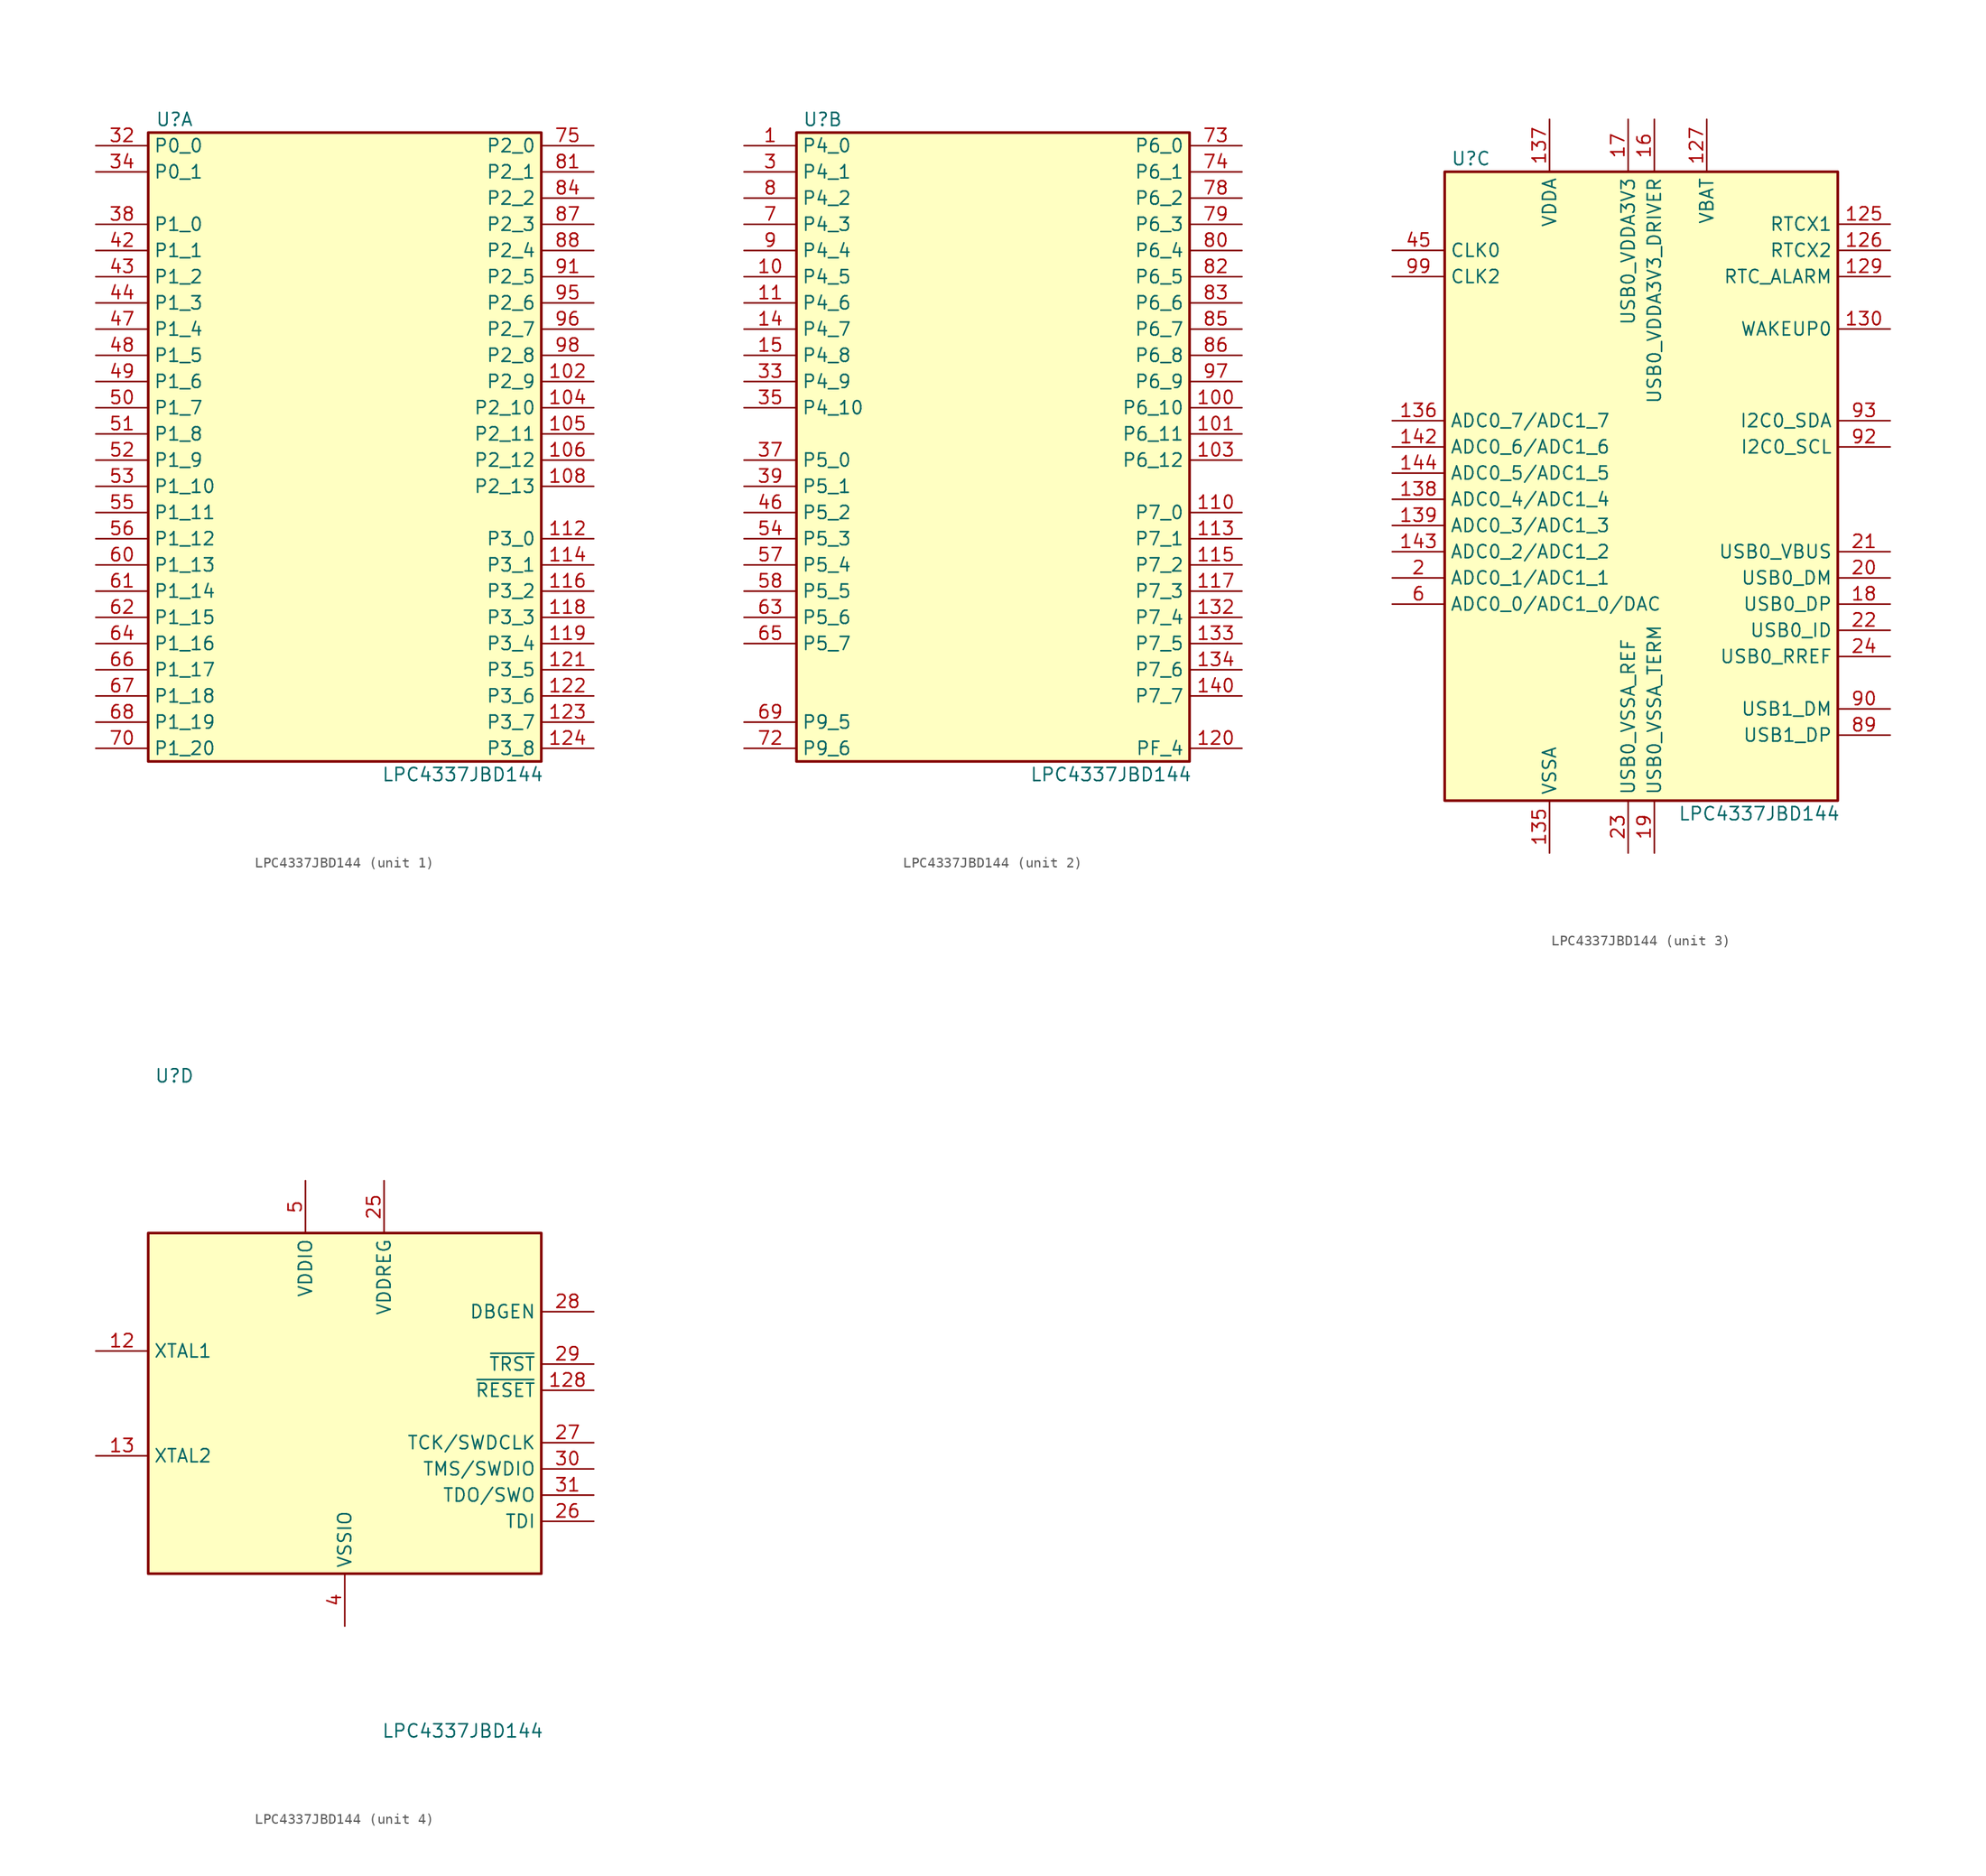
<source format=kicad_sym>
(kicad_symbol_lib
  (version 20220914)
  (generator kicad_symbol_editor)
  (symbol "LPC4337JBD144"
    (property "Reference" "U"
      (at -16.51 31.75 0)
      (effects (font (size 1.27 1.27))))
    (property "Value" "LPC4337JBD144"
      (at 11.43 -31.75 0)
      (effects (font (size 1.27 1.27))))
    (property "ki_locked" ""
      (at 0 0 0)
      (effects (font (size 1.27 1.27))))
    (symbol "LPC4337JBD144_1_1"
      (rectangle (start -19.05 30.48) (end 19.05 -30.48) (stroke (width 0.254) (type default)) (fill (type background)))
      (pin bidirectional line (at 24.13 6.35 180) (length 5.08) (name "P2_9" (effects (font (size 1.27 1.27)))) (number "102" (effects (font (size 1.27 1.27)))))
      (pin bidirectional line (at 24.13 3.81 180) (length 5.08) (name "P2_10" (effects (font (size 1.27 1.27)))) (number "104" (effects (font (size 1.27 1.27)))))
      (pin bidirectional line (at 24.13 1.27 180) (length 5.08) (name "P2_11" (effects (font (size 1.27 1.27)))) (number "105" (effects (font (size 1.27 1.27)))))
      (pin bidirectional line (at 24.13 -1.27 180) (length 5.08) (name "P2_12" (effects (font (size 1.27 1.27)))) (number "106" (effects (font (size 1.27 1.27)))))
      (pin bidirectional line (at 24.13 -3.81 180) (length 5.08) (name "P2_13" (effects (font (size 1.27 1.27)))) (number "108" (effects (font (size 1.27 1.27)))))
      (pin bidirectional line (at 24.13 -8.89 180) (length 5.08) (name "P3_0" (effects (font (size 1.27 1.27)))) (number "112" (effects (font (size 1.27 1.27)))))
      (pin bidirectional line (at 24.13 -11.43 180) (length 5.08) (name "P3_1" (effects (font (size 1.27 1.27)))) (number "114" (effects (font (size 1.27 1.27)))))
      (pin bidirectional line (at 24.13 -13.97 180) (length 5.08) (name "P3_2" (effects (font (size 1.27 1.27)))) (number "116" (effects (font (size 1.27 1.27)))))
      (pin bidirectional line (at 24.13 -16.51 180) (length 5.08) (name "P3_3" (effects (font (size 1.27 1.27)))) (number "118" (effects (font (size 1.27 1.27)))))
      (pin bidirectional line (at 24.13 -19.05 180) (length 5.08) (name "P3_4" (effects (font (size 1.27 1.27)))) (number "119" (effects (font (size 1.27 1.27)))))
      (pin bidirectional line (at 24.13 -21.59 180) (length 5.08) (name "P3_5" (effects (font (size 1.27 1.27)))) (number "121" (effects (font (size 1.27 1.27)))))
      (pin bidirectional line (at 24.13 -24.13 180) (length 5.08) (name "P3_6" (effects (font (size 1.27 1.27)))) (number "122" (effects (font (size 1.27 1.27)))))
      (pin bidirectional line (at 24.13 -26.67 180) (length 5.08) (name "P3_7" (effects (font (size 1.27 1.27)))) (number "123" (effects (font (size 1.27 1.27)))))
      (pin bidirectional line (at 24.13 -29.21 180) (length 5.08) (name "P3_8" (effects (font (size 1.27 1.27)))) (number "124" (effects (font (size 1.27 1.27)))))
      (pin bidirectional line (at -24.13 29.21 0) (length 5.08) (name "P0_0" (effects (font (size 1.27 1.27)))) (number "32" (effects (font (size 1.27 1.27)))))
      (pin bidirectional line (at -24.13 26.67 0) (length 5.08) (name "P0_1" (effects (font (size 1.27 1.27)))) (number "34" (effects (font (size 1.27 1.27)))))
      (pin bidirectional line (at -24.13 21.59 0) (length 5.08) (name "P1_0" (effects (font (size 1.27 1.27)))) (number "38" (effects (font (size 1.27 1.27)))))
      (pin bidirectional line (at -24.13 19.05 0) (length 5.08) (name "P1_1" (effects (font (size 1.27 1.27)))) (number "42" (effects (font (size 1.27 1.27)))))
      (pin bidirectional line (at -24.13 16.51 0) (length 5.08) (name "P1_2" (effects (font (size 1.27 1.27)))) (number "43" (effects (font (size 1.27 1.27)))))
      (pin bidirectional line (at -24.13 13.97 0) (length 5.08) (name "P1_3" (effects (font (size 1.27 1.27)))) (number "44" (effects (font (size 1.27 1.27)))))
      (pin bidirectional line (at -24.13 11.43 0) (length 5.08) (name "P1_4" (effects (font (size 1.27 1.27)))) (number "47" (effects (font (size 1.27 1.27)))))
      (pin bidirectional line (at -24.13 8.89 0) (length 5.08) (name "P1_5" (effects (font (size 1.27 1.27)))) (number "48" (effects (font (size 1.27 1.27)))))
      (pin bidirectional line (at -24.13 6.35 0) (length 5.08) (name "P1_6" (effects (font (size 1.27 1.27)))) (number "49" (effects (font (size 1.27 1.27)))))
      (pin bidirectional line (at -24.13 3.81 0) (length 5.08) (name "P1_7" (effects (font (size 1.27 1.27)))) (number "50" (effects (font (size 1.27 1.27)))))
      (pin bidirectional line (at -24.13 1.27 0) (length 5.08) (name "P1_8" (effects (font (size 1.27 1.27)))) (number "51" (effects (font (size 1.27 1.27)))))
      (pin bidirectional line (at -24.13 -1.27 0) (length 5.08) (name "P1_9" (effects (font (size 1.27 1.27)))) (number "52" (effects (font (size 1.27 1.27)))))
      (pin bidirectional line (at -24.13 -3.81 0) (length 5.08) (name "P1_10" (effects (font (size 1.27 1.27)))) (number "53" (effects (font (size 1.27 1.27)))))
      (pin bidirectional line (at -24.13 -6.35 0) (length 5.08) (name "P1_11" (effects (font (size 1.27 1.27)))) (number "55" (effects (font (size 1.27 1.27)))))
      (pin bidirectional line (at -24.13 -8.89 0) (length 5.08) (name "P1_12" (effects (font (size 1.27 1.27)))) (number "56" (effects (font (size 1.27 1.27)))))
      (pin bidirectional line (at -24.13 -11.43 0) (length 5.08) (name "P1_13" (effects (font (size 1.27 1.27)))) (number "60" (effects (font (size 1.27 1.27)))))
      (pin bidirectional line (at -24.13 -13.97 0) (length 5.08) (name "P1_14" (effects (font (size 1.27 1.27)))) (number "61" (effects (font (size 1.27 1.27)))))
      (pin bidirectional line (at -24.13 -16.51 0) (length 5.08) (name "P1_15" (effects (font (size 1.27 1.27)))) (number "62" (effects (font (size 1.27 1.27)))))
      (pin bidirectional line (at -24.13 -19.05 0) (length 5.08) (name "P1_16" (effects (font (size 1.27 1.27)))) (number "64" (effects (font (size 1.27 1.27)))))
      (pin bidirectional line (at -24.13 -21.59 0) (length 5.08) (name "P1_17" (effects (font (size 1.27 1.27)))) (number "66" (effects (font (size 1.27 1.27)))))
      (pin bidirectional line (at -24.13 -24.13 0) (length 5.08) (name "P1_18" (effects (font (size 1.27 1.27)))) (number "67" (effects (font (size 1.27 1.27)))))
      (pin bidirectional line (at -24.13 -26.67 0) (length 5.08) (name "P1_19" (effects (font (size 1.27 1.27)))) (number "68" (effects (font (size 1.27 1.27)))))
      (pin bidirectional line (at -24.13 -29.21 0) (length 5.08) (name "P1_20" (effects (font (size 1.27 1.27)))) (number "70" (effects (font (size 1.27 1.27)))))
      (pin bidirectional line (at 24.13 29.21 180) (length 5.08) (name "P2_0" (effects (font (size 1.27 1.27)))) (number "75" (effects (font (size 1.27 1.27)))))
      (pin bidirectional line (at 24.13 26.67 180) (length 5.08) (name "P2_1" (effects (font (size 1.27 1.27)))) (number "81" (effects (font (size 1.27 1.27)))))
      (pin bidirectional line (at 24.13 24.13 180) (length 5.08) (name "P2_2" (effects (font (size 1.27 1.27)))) (number "84" (effects (font (size 1.27 1.27)))))
      (pin bidirectional line (at 24.13 21.59 180) (length 5.08) (name "P2_3" (effects (font (size 1.27 1.27)))) (number "87" (effects (font (size 1.27 1.27)))))
      (pin bidirectional line (at 24.13 19.05 180) (length 5.08) (name "P2_4" (effects (font (size 1.27 1.27)))) (number "88" (effects (font (size 1.27 1.27)))))
      (pin bidirectional line (at 24.13 16.51 180) (length 5.08) (name "P2_5" (effects (font (size 1.27 1.27)))) (number "91" (effects (font (size 1.27 1.27)))))
      (pin bidirectional line (at 24.13 13.97 180) (length 5.08) (name "P2_6" (effects (font (size 1.27 1.27)))) (number "95" (effects (font (size 1.27 1.27)))))
      (pin bidirectional line (at 24.13 11.43 180) (length 5.08) (name "P2_7" (effects (font (size 1.27 1.27)))) (number "96" (effects (font (size 1.27 1.27)))))
      (pin bidirectional line (at 24.13 8.89 180) (length 5.08) (name "P2_8" (effects (font (size 1.27 1.27)))) (number "98" (effects (font (size 1.27 1.27))))))
    (symbol "LPC4337JBD144_2_1"
      (rectangle (start -19.05 30.48) (end 19.05 -30.48) (stroke (width 0.254) (type default)) (fill (type background)))
      (pin bidirectional line (at -24.13 29.21 0) (length 5.08) (name "P4_0" (effects (font (size 1.27 1.27)))) (number "1" (effects (font (size 1.27 1.27)))))
      (pin bidirectional line (at -24.13 16.51 0) (length 5.08) (name "P4_5" (effects (font (size 1.27 1.27)))) (number "10" (effects (font (size 1.27 1.27)))))
      (pin bidirectional line (at 24.13 3.81 180) (length 5.08) (name "P6_10" (effects (font (size 1.27 1.27)))) (number "100" (effects (font (size 1.27 1.27)))))
      (pin bidirectional line (at 24.13 1.27 180) (length 5.08) (name "P6_11" (effects (font (size 1.27 1.27)))) (number "101" (effects (font (size 1.27 1.27)))))
      (pin bidirectional line (at 24.13 -1.27 180) (length 5.08) (name "P6_12" (effects (font (size 1.27 1.27)))) (number "103" (effects (font (size 1.27 1.27)))))
      (pin bidirectional line (at -24.13 13.97 0) (length 5.08) (name "P4_6" (effects (font (size 1.27 1.27)))) (number "11" (effects (font (size 1.27 1.27)))))
      (pin bidirectional line (at 24.13 -6.35 180) (length 5.08) (name "P7_0" (effects (font (size 1.27 1.27)))) (number "110" (effects (font (size 1.27 1.27)))))
      (pin bidirectional line (at 24.13 -8.89 180) (length 5.08) (name "P7_1" (effects (font (size 1.27 1.27)))) (number "113" (effects (font (size 1.27 1.27)))))
      (pin bidirectional line (at 24.13 -11.43 180) (length 5.08) (name "P7_2" (effects (font (size 1.27 1.27)))) (number "115" (effects (font (size 1.27 1.27)))))
      (pin bidirectional line (at 24.13 -13.97 180) (length 5.08) (name "P7_3" (effects (font (size 1.27 1.27)))) (number "117" (effects (font (size 1.27 1.27)))))
      (pin bidirectional line (at 24.13 -29.21 180) (length 5.08) (name "PF_4" (effects (font (size 1.27 1.27)))) (number "120" (effects (font (size 1.27 1.27)))))
      (pin bidirectional line (at 24.13 -16.51 180) (length 5.08) (name "P7_4" (effects (font (size 1.27 1.27)))) (number "132" (effects (font (size 1.27 1.27)))))
      (pin bidirectional line (at 24.13 -19.05 180) (length 5.08) (name "P7_5" (effects (font (size 1.27 1.27)))) (number "133" (effects (font (size 1.27 1.27)))))
      (pin bidirectional line (at 24.13 -21.59 180) (length 5.08) (name "P7_6" (effects (font (size 1.27 1.27)))) (number "134" (effects (font (size 1.27 1.27)))))
      (pin bidirectional line (at -24.13 11.43 0) (length 5.08) (name "P4_7" (effects (font (size 1.27 1.27)))) (number "14" (effects (font (size 1.27 1.27)))))
      (pin bidirectional line (at 24.13 -24.13 180) (length 5.08) (name "P7_7" (effects (font (size 1.27 1.27)))) (number "140" (effects (font (size 1.27 1.27)))))
      (pin bidirectional line (at -24.13 8.89 0) (length 5.08) (name "P4_8" (effects (font (size 1.27 1.27)))) (number "15" (effects (font (size 1.27 1.27)))))
      (pin bidirectional line (at -24.13 26.67 0) (length 5.08) (name "P4_1" (effects (font (size 1.27 1.27)))) (number "3" (effects (font (size 1.27 1.27)))))
      (pin bidirectional line (at -24.13 6.35 0) (length 5.08) (name "P4_9" (effects (font (size 1.27 1.27)))) (number "33" (effects (font (size 1.27 1.27)))))
      (pin bidirectional line (at -24.13 3.81 0) (length 5.08) (name "P4_10" (effects (font (size 1.27 1.27)))) (number "35" (effects (font (size 1.27 1.27)))))
      (pin bidirectional line (at -24.13 -1.27 0) (length 5.08) (name "P5_0" (effects (font (size 1.27 1.27)))) (number "37" (effects (font (size 1.27 1.27)))))
      (pin bidirectional line (at -24.13 -3.81 0) (length 5.08) (name "P5_1" (effects (font (size 1.27 1.27)))) (number "39" (effects (font (size 1.27 1.27)))))
      (pin bidirectional line (at -24.13 -6.35 0) (length 5.08) (name "P5_2" (effects (font (size 1.27 1.27)))) (number "46" (effects (font (size 1.27 1.27)))))
      (pin bidirectional line (at -24.13 -8.89 0) (length 5.08) (name "P5_3" (effects (font (size 1.27 1.27)))) (number "54" (effects (font (size 1.27 1.27)))))
      (pin bidirectional line (at -24.13 -11.43 0) (length 5.08) (name "P5_4" (effects (font (size 1.27 1.27)))) (number "57" (effects (font (size 1.27 1.27)))))
      (pin bidirectional line (at -24.13 -13.97 0) (length 5.08) (name "P5_5" (effects (font (size 1.27 1.27)))) (number "58" (effects (font (size 1.27 1.27)))))
      (pin bidirectional line (at -24.13 -16.51 0) (length 5.08) (name "P5_6" (effects (font (size 1.27 1.27)))) (number "63" (effects (font (size 1.27 1.27)))))
      (pin bidirectional line (at -24.13 -19.05 0) (length 5.08) (name "P5_7" (effects (font (size 1.27 1.27)))) (number "65" (effects (font (size 1.27 1.27)))))
      (pin bidirectional line (at -24.13 -26.67 0) (length 5.08) (name "P9_5" (effects (font (size 1.27 1.27)))) (number "69" (effects (font (size 1.27 1.27)))))
      (pin bidirectional line (at -24.13 21.59 0) (length 5.08) (name "P4_3" (effects (font (size 1.27 1.27)))) (number "7" (effects (font (size 1.27 1.27)))))
      (pin bidirectional line (at -24.13 -29.21 0) (length 5.08) (name "P9_6" (effects (font (size 1.27 1.27)))) (number "72" (effects (font (size 1.27 1.27)))))
      (pin bidirectional line (at 24.13 29.21 180) (length 5.08) (name "P6_0" (effects (font (size 1.27 1.27)))) (number "73" (effects (font (size 1.27 1.27)))))
      (pin bidirectional line (at 24.13 26.67 180) (length 5.08) (name "P6_1" (effects (font (size 1.27 1.27)))) (number "74" (effects (font (size 1.27 1.27)))))
      (pin bidirectional line (at 24.13 24.13 180) (length 5.08) (name "P6_2" (effects (font (size 1.27 1.27)))) (number "78" (effects (font (size 1.27 1.27)))))
      (pin bidirectional line (at 24.13 21.59 180) (length 5.08) (name "P6_3" (effects (font (size 1.27 1.27)))) (number "79" (effects (font (size 1.27 1.27)))))
      (pin bidirectional line (at -24.13 24.13 0) (length 5.08) (name "P4_2" (effects (font (size 1.27 1.27)))) (number "8" (effects (font (size 1.27 1.27)))))
      (pin bidirectional line (at 24.13 19.05 180) (length 5.08) (name "P6_4" (effects (font (size 1.27 1.27)))) (number "80" (effects (font (size 1.27 1.27)))))
      (pin bidirectional line (at 24.13 16.51 180) (length 5.08) (name "P6_5" (effects (font (size 1.27 1.27)))) (number "82" (effects (font (size 1.27 1.27)))))
      (pin bidirectional line (at 24.13 13.97 180) (length 5.08) (name "P6_6" (effects (font (size 1.27 1.27)))) (number "83" (effects (font (size 1.27 1.27)))))
      (pin bidirectional line (at 24.13 11.43 180) (length 5.08) (name "P6_7" (effects (font (size 1.27 1.27)))) (number "85" (effects (font (size 1.27 1.27)))))
      (pin bidirectional line (at 24.13 8.89 180) (length 5.08) (name "P6_8" (effects (font (size 1.27 1.27)))) (number "86" (effects (font (size 1.27 1.27)))))
      (pin bidirectional line (at -24.13 19.05 0) (length 5.08) (name "P4_4" (effects (font (size 1.27 1.27)))) (number "9" (effects (font (size 1.27 1.27)))))
      (pin bidirectional line (at 24.13 6.35 180) (length 5.08) (name "P6_9" (effects (font (size 1.27 1.27)))) (number "97" (effects (font (size 1.27 1.27))))))
    (symbol "LPC4337JBD144_3_1"
      (rectangle (start -19.05 30.48) (end 19.05 -30.48) (stroke (width 0.254) (type default)) (fill (type background)))
      (pin input line (at 24.13 25.4 180) (length 5.08) (name "RTCX1" (effects (font (size 1.27 1.27)))) (number "125" (effects (font (size 1.27 1.27)))))
      (pin output line (at 24.13 22.86 180) (length 5.08) (name "RTCX2" (effects (font (size 1.27 1.27)))) (number "126" (effects (font (size 1.27 1.27)))))
      (pin power_in line (at 6.35 35.56 270) (length 5.08) (name "VBAT" (effects (font (size 1.27 1.27)))) (number "127" (effects (font (size 1.27 1.27)))))
      (pin output line (at 24.13 20.32 180) (length 5.08) (name "RTC_ALARM" (effects (font (size 1.27 1.27)))) (number "129" (effects (font (size 1.27 1.27)))))
      (pin input line (at 24.13 15.24 180) (length 5.08) (name "WAKEUP0" (effects (font (size 1.27 1.27)))) (number "130" (effects (font (size 1.27 1.27)))))
      (pin power_in line (at -8.89 -35.56 90) (length 5.08) (name "VSSA" (effects (font (size 1.27 1.27)))) (number "135" (effects (font (size 1.27 1.27)))))
      (pin bidirectional line (at -24.13 6.35 0) (length 5.08) (name "ADC0_7/ADC1_7" (effects (font (size 1.27 1.27)))) (number "136" (effects (font (size 1.27 1.27)))))
      (pin power_in line (at -8.89 35.56 270) (length 5.08) (name "VDDA" (effects (font (size 1.27 1.27)))) (number "137" (effects (font (size 1.27 1.27)))))
      (pin bidirectional line (at -24.13 -1.27 0) (length 5.08) (name "ADC0_4/ADC1_4" (effects (font (size 1.27 1.27)))) (number "138" (effects (font (size 1.27 1.27)))))
      (pin bidirectional line (at -24.13 -3.81 0) (length 5.08) (name "ADC0_3/ADC1_3" (effects (font (size 1.27 1.27)))) (number "139" (effects (font (size 1.27 1.27)))))
      (pin bidirectional line (at -24.13 3.81 0) (length 5.08) (name "ADC0_6/ADC1_6" (effects (font (size 1.27 1.27)))) (number "142" (effects (font (size 1.27 1.27)))))
      (pin bidirectional line (at -24.13 -6.35 0) (length 5.08) (name "ADC0_2/ADC1_2" (effects (font (size 1.27 1.27)))) (number "143" (effects (font (size 1.27 1.27)))))
      (pin bidirectional line (at -24.13 1.27 0) (length 5.08) (name "ADC0_5/ADC1_5" (effects (font (size 1.27 1.27)))) (number "144" (effects (font (size 1.27 1.27)))))
      (pin power_in line (at 1.27 35.56 270) (length 5.08) (name "USB0_VDDA3V3_DRIVER" (effects (font (size 1.27 1.27)))) (number "16" (effects (font (size 1.27 1.27)))))
      (pin power_in line (at -1.27 35.56 270) (length 5.08) (name "USB0_VDDA3V3" (effects (font (size 1.27 1.27)))) (number "17" (effects (font (size 1.27 1.27)))))
      (pin bidirectional line (at 24.13 -11.43 180) (length 5.08) (name "USB0_DP" (effects (font (size 1.27 1.27)))) (number "18" (effects (font (size 1.27 1.27)))))
      (pin power_in line (at 1.27 -35.56 90) (length 5.08) (name "USB0_VSSA_TERM" (effects (font (size 1.27 1.27)))) (number "19" (effects (font (size 1.27 1.27)))))
      (pin input line (at -24.13 -8.89 0) (length 5.08) (name "ADC0_1/ADC1_1" (effects (font (size 1.27 1.27)))) (number "2" (effects (font (size 1.27 1.27)))))
      (pin bidirectional line (at 24.13 -8.89 180) (length 5.08) (name "USB0_DM" (effects (font (size 1.27 1.27)))) (number "20" (effects (font (size 1.27 1.27)))))
      (pin bidirectional line (at 24.13 -6.35 180) (length 5.08) (name "USB0_VBUS" (effects (font (size 1.27 1.27)))) (number "21" (effects (font (size 1.27 1.27)))))
      (pin bidirectional line (at 24.13 -13.97 180) (length 5.08) (name "USB0_ID" (effects (font (size 1.27 1.27)))) (number "22" (effects (font (size 1.27 1.27)))))
      (pin power_in line (at -1.27 -35.56 90) (length 5.08) (name "USB0_VSSA_REF" (effects (font (size 1.27 1.27)))) (number "23" (effects (font (size 1.27 1.27)))))
      (pin passive line (at 24.13 -16.51 180) (length 5.08) (name "USB0_RREF" (effects (font (size 1.27 1.27)))) (number "24" (effects (font (size 1.27 1.27)))))
      (pin bidirectional line (at -24.13 22.86 0) (length 5.08) (name "CLK0" (effects (font (size 1.27 1.27)))) (number "45" (effects (font (size 1.27 1.27)))))
      (pin bidirectional line (at -24.13 -11.43 0) (length 5.08) (name "ADC0_0/ADC1_0/DAC" (effects (font (size 1.27 1.27)))) (number "6" (effects (font (size 1.27 1.27)))))
      (pin bidirectional line (at 24.13 -24.13 180) (length 5.08) (name "USB1_DP" (effects (font (size 1.27 1.27)))) (number "89" (effects (font (size 1.27 1.27)))))
      (pin bidirectional line (at 24.13 -21.59 180) (length 5.08) (name "USB1_DM" (effects (font (size 1.27 1.27)))) (number "90" (effects (font (size 1.27 1.27)))))
      (pin bidirectional line (at 24.13 3.81 180) (length 5.08) (name "I2C0_SCL" (effects (font (size 1.27 1.27)))) (number "92" (effects (font (size 1.27 1.27)))))
      (pin bidirectional line (at 24.13 6.35 180) (length 5.08) (name "I2C0_SDA" (effects (font (size 1.27 1.27)))) (number "93" (effects (font (size 1.27 1.27)))))
      (pin bidirectional line (at -24.13 20.32 0) (length 5.08) (name "CLK2" (effects (font (size 1.27 1.27)))) (number "99" (effects (font (size 1.27 1.27))))))
    (symbol "LPC4337JBD144_4_1"
      (rectangle (start -19.05 16.51) (end 19.05 -16.51) (stroke (width 0.254) (type default)) (fill (type background)))
      (pin passive line (at -3.81 21.59 270) (length 5.08) hide (name "VDDIO" (effects (font (size 1.27 1.27)))) (number "107" (effects (font (size 1.27 1.27)))))
      (pin passive line (at 0 -21.59 90) (length 5.08) hide (name "VSSIO" (effects (font (size 1.27 1.27)))) (number "109" (effects (font (size 1.27 1.27)))))
      (pin passive line (at -3.81 21.59 270) (length 5.08) hide (name "VDDIO" (effects (font (size 1.27 1.27)))) (number "111" (effects (font (size 1.27 1.27)))))
      (pin input line (at -24.13 5.08 0) (length 5.08) (name "XTAL1" (effects (font (size 1.27 1.27)))) (number "12" (effects (font (size 1.27 1.27)))))
      (pin input line (at 24.13 1.27 180) (length 5.08) (name "~{RESET}" (effects (font (size 1.27 1.27)))) (number "128" (effects (font (size 1.27 1.27)))))
      (pin output line (at -24.13 -5.08 0) (length 5.08) (name "XTAL2" (effects (font (size 1.27 1.27)))) (number "13" (effects (font (size 1.27 1.27)))))
      (pin passive line (at 3.81 21.59 270) (length 5.08) hide (name "VDDREG" (effects (font (size 1.27 1.27)))) (number "131" (effects (font (size 1.27 1.27)))))
      (pin passive line (at -3.81 21.59 270) (length 5.08) hide (name "VDDIO" (effects (font (size 1.27 1.27)))) (number "141" (effects (font (size 1.27 1.27)))))
      (pin power_in line (at 3.81 21.59 270) (length 5.08) (name "VDDREG" (effects (font (size 1.27 1.27)))) (number "25" (effects (font (size 1.27 1.27)))))
      (pin input line (at 24.13 -11.43 180) (length 5.08) (name "TDI" (effects (font (size 1.27 1.27)))) (number "26" (effects (font (size 1.27 1.27)))))
      (pin input line (at 24.13 -3.81 180) (length 5.08) (name "TCK/SWDCLK" (effects (font (size 1.27 1.27)))) (number "27" (effects (font (size 1.27 1.27)))))
      (pin input line (at 24.13 8.89 180) (length 5.08) (name "DBGEN" (effects (font (size 1.27 1.27)))) (number "28" (effects (font (size 1.27 1.27)))))
      (pin input line (at 24.13 3.81 180) (length 5.08) (name "~{TRST}" (effects (font (size 1.27 1.27)))) (number "29" (effects (font (size 1.27 1.27)))))
      (pin input line (at 24.13 -6.35 180) (length 5.08) (name "TMS/SWDIO" (effects (font (size 1.27 1.27)))) (number "30" (effects (font (size 1.27 1.27)))))
      (pin output line (at 24.13 -8.89 180) (length 5.08) (name "TDO/SWO" (effects (font (size 1.27 1.27)))) (number "31" (effects (font (size 1.27 1.27)))))
      (pin passive line (at -3.81 21.59 270) (length 5.08) hide (name "VDDIO" (effects (font (size 1.27 1.27)))) (number "36" (effects (font (size 1.27 1.27)))))
      (pin power_in line (at 0 -21.59 90) (length 5.08) (name "VSSIO" (effects (font (size 1.27 1.27)))) (number "4" (effects (font (size 1.27 1.27)))))
      (pin passive line (at 0 -21.59 90) (length 5.08) hide (name "VSSIO" (effects (font (size 1.27 1.27)))) (number "40" (effects (font (size 1.27 1.27)))))
      (pin passive line (at -3.81 21.59 270) (length 5.08) hide (name "VDDIO" (effects (font (size 1.27 1.27)))) (number "41" (effects (font (size 1.27 1.27)))))
      (pin power_in line (at -3.81 21.59 270) (length 5.08) (name "VDDIO" (effects (font (size 1.27 1.27)))) (number "5" (effects (font (size 1.27 1.27)))))
      (pin passive line (at 3.81 21.59 270) (length 5.08) hide (name "VDDREG" (effects (font (size 1.27 1.27)))) (number "59" (effects (font (size 1.27 1.27)))))
      (pin passive line (at -3.81 21.59 270) (length 5.08) hide (name "VDDIO" (effects (font (size 1.27 1.27)))) (number "71" (effects (font (size 1.27 1.27)))))
      (pin passive line (at 0 -21.59 90) (length 5.08) hide (name "VSSIO" (effects (font (size 1.27 1.27)))) (number "76" (effects (font (size 1.27 1.27)))))
      (pin passive line (at -3.81 21.59 270) (length 5.08) hide (name "VDDIO" (effects (font (size 1.27 1.27)))) (number "77" (effects (font (size 1.27 1.27)))))
      (pin passive line (at 3.81 21.59 270) (length 5.08) hide (name "VDDREG" (effects (font (size 1.27 1.27)))) (number "94" (effects (font (size 1.27 1.27))))))))
</source>
